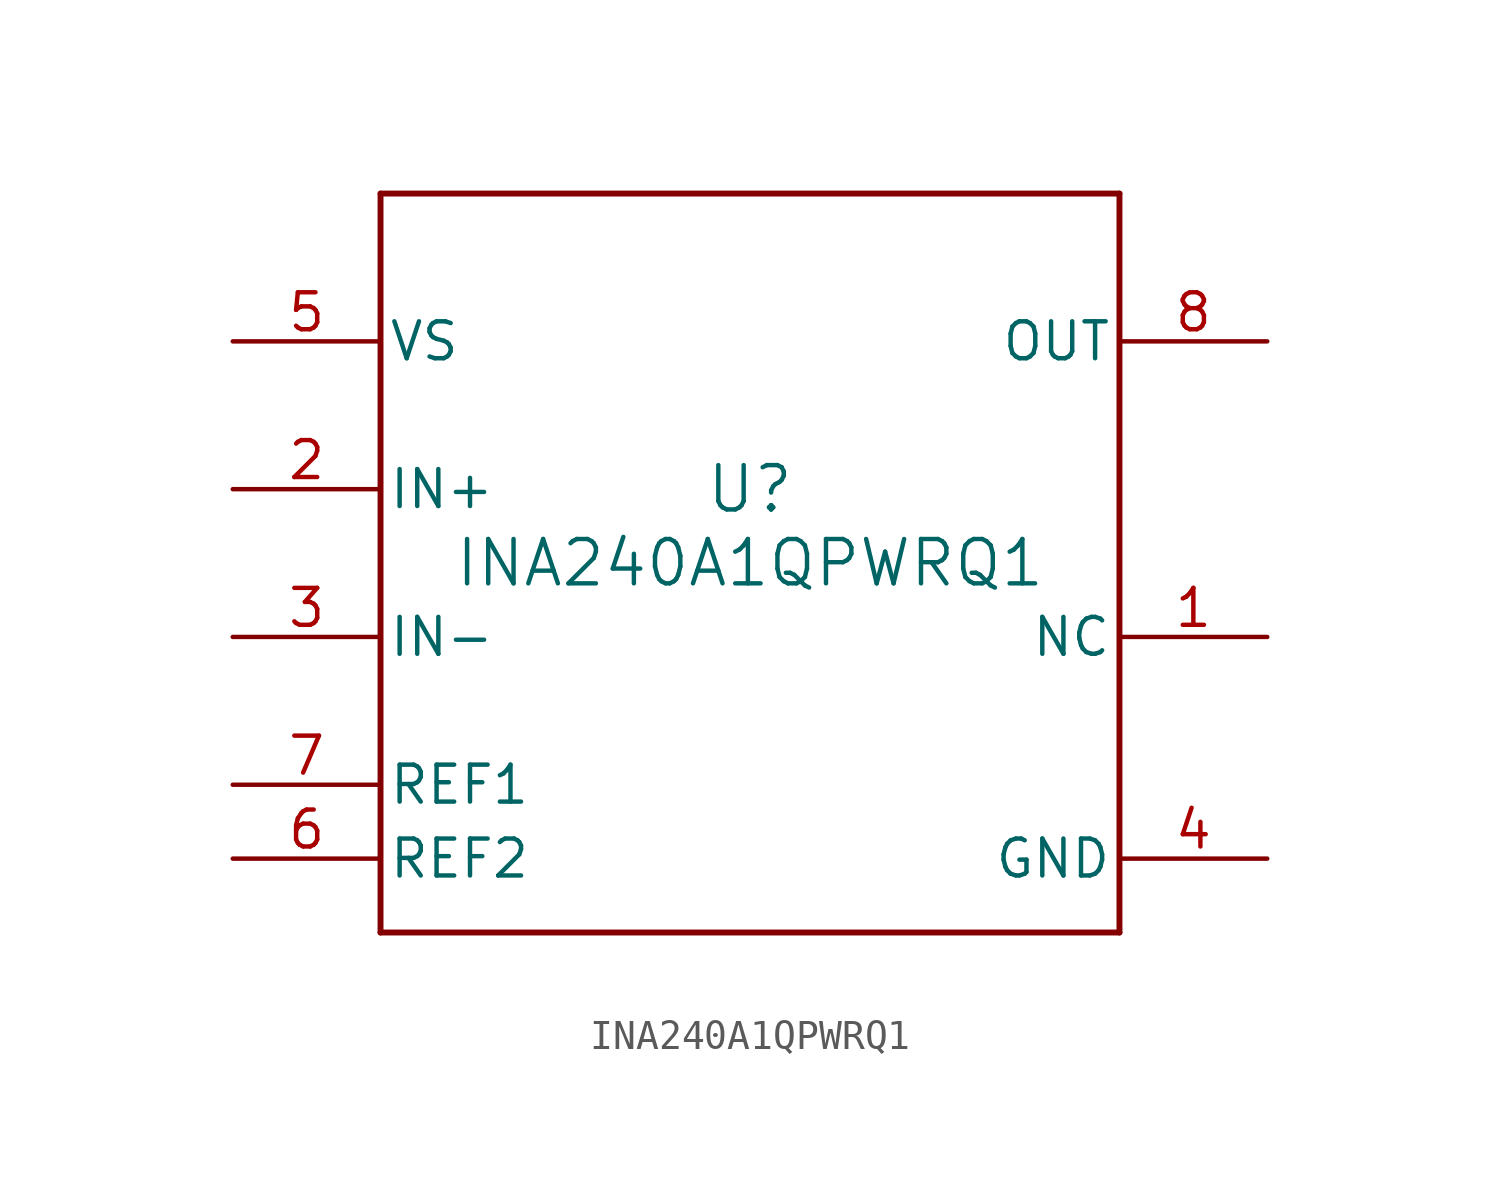
<source format=kicad_sym>
(kicad_symbol_lib
  (version 20211014)
  (generator kicad_symbol_editor)
  (symbol "INA240A1QPWRQ1"
    (pin_names
      (offset 0.254))
    (property "Reference" "U"
      (at 0 2.54 0)
      (effects (font (size 1.524 1.524))))
    (property "Value" "INA240A1QPWRQ1"
      (at 0 0 0)
      (effects (font (size 1.524 1.524))))
    (symbol "INA240A1QPWRQ1_0_1"
      (polyline (pts (xy -12.7 -12.7) (xy 12.7 -12.7)) (stroke (width 0.203) (type default) (color 0 0 0 0)) (fill (type none)))
      (polyline (pts (xy 12.7 -12.7) (xy 12.7 12.7)) (stroke (width 0.203) (type default) (color 0 0 0 0)) (fill (type none)))
      (polyline (pts (xy 12.7 12.7) (xy -12.7 12.7)) (stroke (width 0.203) (type default) (color 0 0 0 0)) (fill (type none)))
      (polyline (pts (xy -12.7 12.7) (xy -12.7 -12.7)) (stroke (width 0.203) (type default) (color 0 0 0 0)) (fill (type none)))
      (pin unspecified line (at 17.78 -2.54 180) (length 5.08) (name "NC" (effects (font (size 1.27 1.27)))) (number "1" (effects (font (size 1.27 1.27)))))
      (pin input line (at -17.78 2.54 0) (length 5.08) (name "IN+" (effects (font (size 1.27 1.27)))) (number "2" (effects (font (size 1.27 1.27)))))
      (pin input line (at -17.78 -2.54 0) (length 5.08) (name "IN-" (effects (font (size 1.27 1.27)))) (number "3" (effects (font (size 1.27 1.27)))))
      (pin power_in line (at 17.78 -10.16 180) (length 5.08) (name "GND" (effects (font (size 1.27 1.27)))) (number "4" (effects (font (size 1.27 1.27)))))
      (pin power_in line (at -17.78 7.62 0) (length 5.08) (name "VS" (effects (font (size 1.27 1.27)))) (number "5" (effects (font (size 1.27 1.27)))))
      (pin input line (at -17.78 -10.16 0) (length 5.08) (name "REF2" (effects (font (size 1.27 1.27)))) (number "6" (effects (font (size 1.27 1.27)))))
      (pin input line (at -17.78 -7.62 0) (length 5.08) (name "REF1" (effects (font (size 1.27 1.27)))) (number "7" (effects (font (size 1.27 1.27)))))
      (pin output line (at 17.78 7.62 180) (length 5.08) (name "OUT" (effects (font (size 1.27 1.27)))) (number "8" (effects (font (size 1.27 1.27))))))))
</source>
